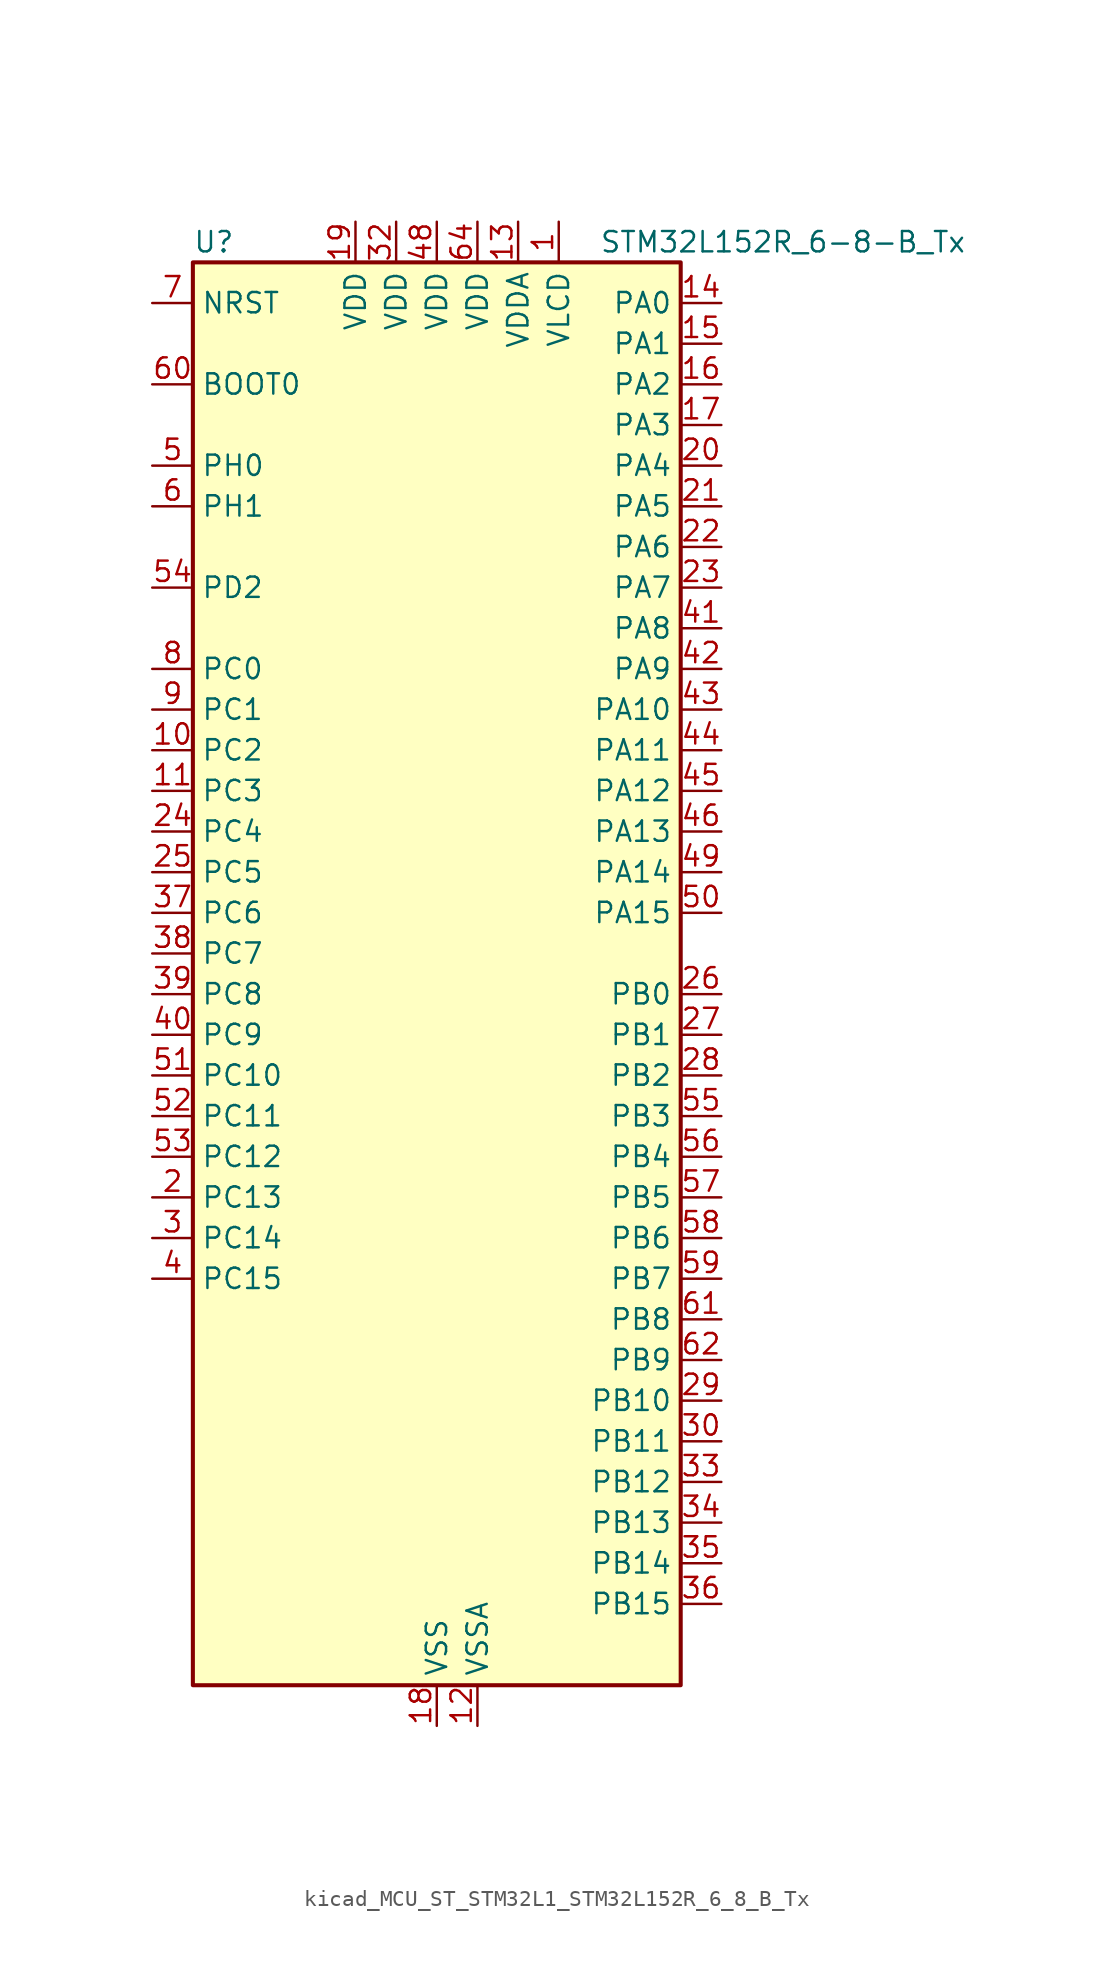
<source format=kicad_sym>
(kicad_symbol_lib
  (version 20220914)
  (generator kicad_symbol_editor)
  (symbol "kicad_MCU_ST_STM32L1_STM32L152R_6_8_B_Tx"
    (property "Reference" "U"
      (at -15.24 46.99 0)
      (effects (font (size 1.27 1.27)) (justify left)))
    (property "Value" "STM32L152R_6-8-B_Tx"
      (at 10.16 46.99 0)
      (effects (font (size 1.27 1.27)) (justify left)))
    (property "ki_locked" ""
      (at 0 0 0)
      (effects (font (size 1.27 1.27))))
    (symbol "kicad_MCU_ST_STM32L1_STM32L152R_6_8_B_Tx_0_1"
      (rectangle (start -15.24 -43.18) (end 15.24 45.72) (stroke (width 0.254) (type default)) (fill (type background))))
    (symbol "kicad_MCU_ST_STM32L1_STM32L152R_6_8_B_Tx_1_1"
      (pin power_in line (at 7.62 48.26 270) (length 2.54) (name "VLCD" (effects (font (size 1.27 1.27)))) (number "1" (effects (font (size 1.27 1.27)))))
      (pin bidirectional line (at -17.78 15.24 0) (length 2.54) (name "PC2" (effects (font (size 1.27 1.27)))) (number "10" (effects (font (size 1.27 1.27)))) (alternate "ADC_IN12" bidirectional line) (alternate "COMP1_INP" bidirectional line) (alternate "LCD_SEG20" bidirectional line) (alternate "TIMX_IC3" bidirectional line) (alternate "TS_G8_IO3" bidirectional line))
      (pin bidirectional line (at -17.78 12.7 0) (length 2.54) (name "PC3" (effects (font (size 1.27 1.27)))) (number "11" (effects (font (size 1.27 1.27)))) (alternate "ADC_IN13" bidirectional line) (alternate "COMP1_INP" bidirectional line) (alternate "LCD_SEG21" bidirectional line) (alternate "TIMX_IC4" bidirectional line) (alternate "TS_G8_IO4" bidirectional line))
      (pin power_in line (at 2.54 -45.72 90) (length 2.54) (name "VSSA" (effects (font (size 1.27 1.27)))) (number "12" (effects (font (size 1.27 1.27)))))
      (pin power_in line (at 5.08 48.26 270) (length 2.54) (name "VDDA" (effects (font (size 1.27 1.27)))) (number "13" (effects (font (size 1.27 1.27)))))
      (pin bidirectional line (at 17.78 43.18 180) (length 2.54) (name "PA0" (effects (font (size 1.27 1.27)))) (number "14" (effects (font (size 1.27 1.27)))) (alternate "ADC_IN0" bidirectional line) (alternate "COMP1_INP" bidirectional line) (alternate "SYS_WKUP1" bidirectional line) (alternate "TIM2_CH1" bidirectional line) (alternate "TIM2_ETR" bidirectional line) (alternate "TIMX_IC1" bidirectional line) (alternate "TS_G1_IO1" bidirectional line) (alternate "USART2_CTS" bidirectional line))
      (pin bidirectional line (at 17.78 40.64 180) (length 2.54) (name "PA1" (effects (font (size 1.27 1.27)))) (number "15" (effects (font (size 1.27 1.27)))) (alternate "ADC_IN1" bidirectional line) (alternate "COMP1_INP" bidirectional line) (alternate "LCD_SEG0" bidirectional line) (alternate "TIM2_CH2" bidirectional line) (alternate "TIMX_IC2" bidirectional line) (alternate "TS_G1_IO2" bidirectional line) (alternate "USART2_RTS" bidirectional line))
      (pin bidirectional line (at 17.78 38.1 180) (length 2.54) (name "PA2" (effects (font (size 1.27 1.27)))) (number "16" (effects (font (size 1.27 1.27)))) (alternate "ADC_IN2" bidirectional line) (alternate "COMP1_INP" bidirectional line) (alternate "LCD_SEG1" bidirectional line) (alternate "TIM2_CH3" bidirectional line) (alternate "TIM9_CH1" bidirectional line) (alternate "TIMX_IC3" bidirectional line) (alternate "TS_G1_IO3" bidirectional line) (alternate "USART2_TX" bidirectional line))
      (pin bidirectional line (at 17.78 35.56 180) (length 2.54) (name "PA3" (effects (font (size 1.27 1.27)))) (number "17" (effects (font (size 1.27 1.27)))) (alternate "ADC_IN3" bidirectional line) (alternate "COMP1_INP" bidirectional line) (alternate "LCD_SEG2" bidirectional line) (alternate "TIM2_CH4" bidirectional line) (alternate "TIM9_CH2" bidirectional line) (alternate "TIMX_IC4" bidirectional line) (alternate "TS_G1_IO4" bidirectional line) (alternate "USART2_RX" bidirectional line))
      (pin power_in line (at 0 -45.72 90) (length 2.54) (name "VSS" (effects (font (size 1.27 1.27)))) (number "18" (effects (font (size 1.27 1.27)))))
      (pin power_in line (at -5.08 48.26 270) (length 2.54) (name "VDD" (effects (font (size 1.27 1.27)))) (number "19" (effects (font (size 1.27 1.27)))))
      (pin bidirectional line (at -17.78 -12.7 0) (length 2.54) (name "PC13" (effects (font (size 1.27 1.27)))) (number "2" (effects (font (size 1.27 1.27)))) (alternate "RTC_OUT_ALARM" bidirectional line) (alternate "RTC_OUT_CALIB" bidirectional line) (alternate "RTC_TAMP1" bidirectional line) (alternate "RTC_TS" bidirectional line) (alternate "SYS_WKUP2" bidirectional line) (alternate "TIMX_IC2" bidirectional line))
      (pin bidirectional line (at 17.78 33.02 180) (length 2.54) (name "PA4" (effects (font (size 1.27 1.27)))) (number "20" (effects (font (size 1.27 1.27)))) (alternate "ADC_IN4" bidirectional line) (alternate "COMP1_INP" bidirectional line) (alternate "DAC_OUT1" bidirectional line) (alternate "SPI1_NSS" bidirectional line) (alternate "TIMX_IC1" bidirectional line) (alternate "USART2_CK" bidirectional line))
      (pin bidirectional line (at 17.78 30.48 180) (length 2.54) (name "PA5" (effects (font (size 1.27 1.27)))) (number "21" (effects (font (size 1.27 1.27)))) (alternate "ADC_IN5" bidirectional line) (alternate "COMP1_INP" bidirectional line) (alternate "DAC_OUT2" bidirectional line) (alternate "SPI1_SCK" bidirectional line) (alternate "TIM2_CH1" bidirectional line) (alternate "TIM2_ETR" bidirectional line) (alternate "TIMX_IC2" bidirectional line))
      (pin bidirectional line (at 17.78 27.94 180) (length 2.54) (name "PA6" (effects (font (size 1.27 1.27)))) (number "22" (effects (font (size 1.27 1.27)))) (alternate "ADC_IN6" bidirectional line) (alternate "COMP1_INP" bidirectional line) (alternate "LCD_SEG3" bidirectional line) (alternate "SPI1_MISO" bidirectional line) (alternate "TIM10_CH1" bidirectional line) (alternate "TIM3_CH1" bidirectional line) (alternate "TIMX_IC3" bidirectional line) (alternate "TS_G2_IO1" bidirectional line))
      (pin bidirectional line (at 17.78 25.4 180) (length 2.54) (name "PA7" (effects (font (size 1.27 1.27)))) (number "23" (effects (font (size 1.27 1.27)))) (alternate "ADC_IN7" bidirectional line) (alternate "COMP1_INP" bidirectional line) (alternate "LCD_SEG4" bidirectional line) (alternate "SPI1_MOSI" bidirectional line) (alternate "TIM11_CH1" bidirectional line) (alternate "TIM3_CH2" bidirectional line) (alternate "TIMX_IC4" bidirectional line) (alternate "TS_G2_IO2" bidirectional line))
      (pin bidirectional line (at -17.78 10.16 0) (length 2.54) (name "PC4" (effects (font (size 1.27 1.27)))) (number "24" (effects (font (size 1.27 1.27)))) (alternate "ADC_IN14" bidirectional line) (alternate "COMP1_INP" bidirectional line) (alternate "LCD_SEG22" bidirectional line) (alternate "TIMX_IC1" bidirectional line) (alternate "TS_G9_IO1" bidirectional line))
      (pin bidirectional line (at -17.78 7.62 0) (length 2.54) (name "PC5" (effects (font (size 1.27 1.27)))) (number "25" (effects (font (size 1.27 1.27)))) (alternate "ADC_IN15" bidirectional line) (alternate "COMP1_INP" bidirectional line) (alternate "LCD_SEG23" bidirectional line) (alternate "TIMX_IC2" bidirectional line) (alternate "TS_G9_IO2" bidirectional line))
      (pin bidirectional line (at 17.78 0 180) (length 2.54) (name "PB0" (effects (font (size 1.27 1.27)))) (number "26" (effects (font (size 1.27 1.27)))) (alternate "ADC_IN8" bidirectional line) (alternate "COMP1_INP" bidirectional line) (alternate "LCD_SEG5" bidirectional line) (alternate "SYS_V_REF_OUT" bidirectional line) (alternate "TIM3_CH3" bidirectional line) (alternate "TS_G3_IO1" bidirectional line))
      (pin bidirectional line (at 17.78 -2.54 180) (length 2.54) (name "PB1" (effects (font (size 1.27 1.27)))) (number "27" (effects (font (size 1.27 1.27)))) (alternate "ADC_IN9" bidirectional line) (alternate "COMP1_INP" bidirectional line) (alternate "LCD_SEG6" bidirectional line) (alternate "SYS_V_REF_OUT" bidirectional line) (alternate "TIM3_CH4" bidirectional line) (alternate "TS_G3_IO2" bidirectional line))
      (pin bidirectional line (at 17.78 -5.08 180) (length 2.54) (name "PB2" (effects (font (size 1.27 1.27)))) (number "28" (effects (font (size 1.27 1.27)))))
      (pin bidirectional line (at 17.78 -25.4 180) (length 2.54) (name "PB10" (effects (font (size 1.27 1.27)))) (number "29" (effects (font (size 1.27 1.27)))) (alternate "I2C2_SCL" bidirectional line) (alternate "LCD_SEG10" bidirectional line) (alternate "TIM2_CH3" bidirectional line) (alternate "USART3_TX" bidirectional line))
      (pin bidirectional line (at -17.78 -15.24 0) (length 2.54) (name "PC14" (effects (font (size 1.27 1.27)))) (number "3" (effects (font (size 1.27 1.27)))) (alternate "RCC_OSC32_IN" bidirectional line) (alternate "TIMX_IC3" bidirectional line))
      (pin bidirectional line (at 17.78 -27.94 180) (length 2.54) (name "PB11" (effects (font (size 1.27 1.27)))) (number "30" (effects (font (size 1.27 1.27)))) (alternate "ADC_EXTI11" bidirectional line) (alternate "I2C2_SDA" bidirectional line) (alternate "LCD_SEG11" bidirectional line) (alternate "TIM2_CH4" bidirectional line) (alternate "USART3_RX" bidirectional line))
      (pin passive line (at 0 -45.72 90) (length 2.54) hide (name "VSS" (effects (font (size 1.27 1.27)))) (number "31" (effects (font (size 1.27 1.27)))))
      (pin power_in line (at -2.54 48.26 270) (length 2.54) (name "VDD" (effects (font (size 1.27 1.27)))) (number "32" (effects (font (size 1.27 1.27)))))
      (pin bidirectional line (at 17.78 -30.48 180) (length 2.54) (name "PB12" (effects (font (size 1.27 1.27)))) (number "33" (effects (font (size 1.27 1.27)))) (alternate "ADC_IN18" bidirectional line) (alternate "COMP1_INP" bidirectional line) (alternate "I2C2_SMBA" bidirectional line) (alternate "LCD_SEG12" bidirectional line) (alternate "SPI2_NSS" bidirectional line) (alternate "TIM10_CH1" bidirectional line) (alternate "TS_G7_IO1" bidirectional line) (alternate "USART3_CK" bidirectional line))
      (pin bidirectional line (at 17.78 -33.02 180) (length 2.54) (name "PB13" (effects (font (size 1.27 1.27)))) (number "34" (effects (font (size 1.27 1.27)))) (alternate "ADC_IN19" bidirectional line) (alternate "COMP1_INP" bidirectional line) (alternate "LCD_SEG13" bidirectional line) (alternate "SPI2_SCK" bidirectional line) (alternate "TIM9_CH1" bidirectional line) (alternate "TS_G7_IO2" bidirectional line) (alternate "USART3_CTS" bidirectional line))
      (pin bidirectional line (at 17.78 -35.56 180) (length 2.54) (name "PB14" (effects (font (size 1.27 1.27)))) (number "35" (effects (font (size 1.27 1.27)))) (alternate "ADC_IN20" bidirectional line) (alternate "COMP1_INP" bidirectional line) (alternate "LCD_SEG14" bidirectional line) (alternate "SPI2_MISO" bidirectional line) (alternate "TIM9_CH2" bidirectional line) (alternate "TS_G7_IO3" bidirectional line) (alternate "USART3_RTS" bidirectional line))
      (pin bidirectional line (at 17.78 -38.1 180) (length 2.54) (name "PB15" (effects (font (size 1.27 1.27)))) (number "36" (effects (font (size 1.27 1.27)))) (alternate "ADC_EXTI15" bidirectional line) (alternate "ADC_IN21" bidirectional line) (alternate "COMP1_INP" bidirectional line) (alternate "LCD_SEG15" bidirectional line) (alternate "RTC_REFIN" bidirectional line) (alternate "SPI2_MOSI" bidirectional line) (alternate "TIM11_CH1" bidirectional line) (alternate "TS_G7_IO4" bidirectional line))
      (pin bidirectional line (at -17.78 5.08 0) (length 2.54) (name "PC6" (effects (font (size 1.27 1.27)))) (number "37" (effects (font (size 1.27 1.27)))) (alternate "LCD_SEG24" bidirectional line) (alternate "TIM3_CH1" bidirectional line) (alternate "TIMX_IC3" bidirectional line) (alternate "TS_G10_IO1" bidirectional line))
      (pin bidirectional line (at -17.78 2.54 0) (length 2.54) (name "PC7" (effects (font (size 1.27 1.27)))) (number "38" (effects (font (size 1.27 1.27)))) (alternate "LCD_SEG25" bidirectional line) (alternate "TIM3_CH2" bidirectional line) (alternate "TIMX_IC4" bidirectional line) (alternate "TS_G10_IO2" bidirectional line))
      (pin bidirectional line (at -17.78 0 0) (length 2.54) (name "PC8" (effects (font (size 1.27 1.27)))) (number "39" (effects (font (size 1.27 1.27)))) (alternate "LCD_SEG26" bidirectional line) (alternate "TIM3_CH3" bidirectional line) (alternate "TIMX_IC1" bidirectional line) (alternate "TS_G10_IO3" bidirectional line))
      (pin bidirectional line (at -17.78 -17.78 0) (length 2.54) (name "PC15" (effects (font (size 1.27 1.27)))) (number "4" (effects (font (size 1.27 1.27)))) (alternate "ADC_EXTI15" bidirectional line) (alternate "RCC_OSC32_OUT" bidirectional line) (alternate "TIMX_IC4" bidirectional line))
      (pin bidirectional line (at -17.78 -2.54 0) (length 2.54) (name "PC9" (effects (font (size 1.27 1.27)))) (number "40" (effects (font (size 1.27 1.27)))) (alternate "DAC_EXTI9" bidirectional line) (alternate "LCD_SEG27" bidirectional line) (alternate "TIM3_CH4" bidirectional line) (alternate "TIMX_IC2" bidirectional line) (alternate "TS_G10_IO4" bidirectional line))
      (pin bidirectional line (at 17.78 22.86 180) (length 2.54) (name "PA8" (effects (font (size 1.27 1.27)))) (number "41" (effects (font (size 1.27 1.27)))) (alternate "LCD_COM0" bidirectional line) (alternate "RCC_MCO" bidirectional line) (alternate "TIMX_IC1" bidirectional line) (alternate "TS_G4_IO1" bidirectional line) (alternate "USART1_CK" bidirectional line))
      (pin bidirectional line (at 17.78 20.32 180) (length 2.54) (name "PA9" (effects (font (size 1.27 1.27)))) (number "42" (effects (font (size 1.27 1.27)))) (alternate "DAC_EXTI9" bidirectional line) (alternate "LCD_COM1" bidirectional line) (alternate "TIMX_IC2" bidirectional line) (alternate "TS_G4_IO2" bidirectional line) (alternate "USART1_TX" bidirectional line))
      (pin bidirectional line (at 17.78 17.78 180) (length 2.54) (name "PA10" (effects (font (size 1.27 1.27)))) (number "43" (effects (font (size 1.27 1.27)))) (alternate "LCD_COM2" bidirectional line) (alternate "TIMX_IC3" bidirectional line) (alternate "TS_G4_IO3" bidirectional line) (alternate "USART1_RX" bidirectional line))
      (pin bidirectional line (at 17.78 15.24 180) (length 2.54) (name "PA11" (effects (font (size 1.27 1.27)))) (number "44" (effects (font (size 1.27 1.27)))) (alternate "ADC_EXTI11" bidirectional line) (alternate "SPI1_MISO" bidirectional line) (alternate "TIMX_IC4" bidirectional line) (alternate "USART1_CTS" bidirectional line) (alternate "USB_DM" bidirectional line))
      (pin bidirectional line (at 17.78 12.7 180) (length 2.54) (name "PA12" (effects (font (size 1.27 1.27)))) (number "45" (effects (font (size 1.27 1.27)))) (alternate "SPI1_MOSI" bidirectional line) (alternate "TIMX_IC1" bidirectional line) (alternate "USART1_RTS" bidirectional line) (alternate "USB_DP" bidirectional line))
      (pin bidirectional line (at 17.78 10.16 180) (length 2.54) (name "PA13" (effects (font (size 1.27 1.27)))) (number "46" (effects (font (size 1.27 1.27)))) (alternate "SYS_JTMS-SWDIO" bidirectional line) (alternate "TIMX_IC2" bidirectional line) (alternate "TS_G5_IO1" bidirectional line))
      (pin passive line (at 0 -45.72 90) (length 2.54) hide (name "VSS" (effects (font (size 1.27 1.27)))) (number "47" (effects (font (size 1.27 1.27)))))
      (pin power_in line (at 0 48.26 270) (length 2.54) (name "VDD" (effects (font (size 1.27 1.27)))) (number "48" (effects (font (size 1.27 1.27)))))
      (pin bidirectional line (at 17.78 7.62 180) (length 2.54) (name "PA14" (effects (font (size 1.27 1.27)))) (number "49" (effects (font (size 1.27 1.27)))) (alternate "SYS_JTCK-SWCLK" bidirectional line) (alternate "TIMX_IC3" bidirectional line) (alternate "TS_G5_IO2" bidirectional line))
      (pin bidirectional line (at -17.78 33.02 0) (length 2.54) (name "PH0" (effects (font (size 1.27 1.27)))) (number "5" (effects (font (size 1.27 1.27)))) (alternate "RCC_OSC_IN" bidirectional line))
      (pin bidirectional line (at 17.78 5.08 180) (length 2.54) (name "PA15" (effects (font (size 1.27 1.27)))) (number "50" (effects (font (size 1.27 1.27)))) (alternate "ADC_EXTI15" bidirectional line) (alternate "LCD_SEG17" bidirectional line) (alternate "SPI1_NSS" bidirectional line) (alternate "SYS_JTDI" bidirectional line) (alternate "TIM2_CH1" bidirectional line) (alternate "TIM2_ETR" bidirectional line) (alternate "TIMX_IC4" bidirectional line) (alternate "TS_G5_IO3" bidirectional line))
      (pin bidirectional line (at -17.78 -5.08 0) (length 2.54) (name "PC10" (effects (font (size 1.27 1.27)))) (number "51" (effects (font (size 1.27 1.27)))) (alternate "LCD_COM4" bidirectional line) (alternate "LCD_SEG28" bidirectional line) (alternate "TIMX_IC3" bidirectional line) (alternate "USART3_TX" bidirectional line))
      (pin bidirectional line (at -17.78 -7.62 0) (length 2.54) (name "PC11" (effects (font (size 1.27 1.27)))) (number "52" (effects (font (size 1.27 1.27)))) (alternate "ADC_EXTI11" bidirectional line) (alternate "LCD_COM5" bidirectional line) (alternate "LCD_SEG29" bidirectional line) (alternate "TIMX_IC4" bidirectional line) (alternate "USART3_RX" bidirectional line))
      (pin bidirectional line (at -17.78 -10.16 0) (length 2.54) (name "PC12" (effects (font (size 1.27 1.27)))) (number "53" (effects (font (size 1.27 1.27)))) (alternate "LCD_COM6" bidirectional line) (alternate "LCD_SEG30" bidirectional line) (alternate "TIMX_IC1" bidirectional line) (alternate "USART3_CK" bidirectional line))
      (pin bidirectional line (at -17.78 25.4 0) (length 2.54) (name "PD2" (effects (font (size 1.27 1.27)))) (number "54" (effects (font (size 1.27 1.27)))) (alternate "LCD_COM7" bidirectional line) (alternate "LCD_SEG31" bidirectional line) (alternate "TIM3_ETR" bidirectional line) (alternate "TIMX_IC3" bidirectional line))
      (pin bidirectional line (at 17.78 -7.62 180) (length 2.54) (name "PB3" (effects (font (size 1.27 1.27)))) (number "55" (effects (font (size 1.27 1.27)))) (alternate "COMP2_INM" bidirectional line) (alternate "LCD_SEG7" bidirectional line) (alternate "SPI1_SCK" bidirectional line) (alternate "SYS_JTDO-TRACESWO" bidirectional line) (alternate "TIM2_CH2" bidirectional line))
      (pin bidirectional line (at 17.78 -10.16 180) (length 2.54) (name "PB4" (effects (font (size 1.27 1.27)))) (number "56" (effects (font (size 1.27 1.27)))) (alternate "COMP2_INP" bidirectional line) (alternate "LCD_SEG8" bidirectional line) (alternate "SPI1_MISO" bidirectional line) (alternate "SYS_JTRST" bidirectional line) (alternate "TIM3_CH1" bidirectional line) (alternate "TS_G6_IO1" bidirectional line))
      (pin bidirectional line (at 17.78 -12.7 180) (length 2.54) (name "PB5" (effects (font (size 1.27 1.27)))) (number "57" (effects (font (size 1.27 1.27)))) (alternate "COMP2_INP" bidirectional line) (alternate "I2C1_SMBA" bidirectional line) (alternate "LCD_SEG9" bidirectional line) (alternate "SPI1_MOSI" bidirectional line) (alternate "TIM3_CH2" bidirectional line) (alternate "TS_G6_IO2" bidirectional line))
      (pin bidirectional line (at 17.78 -15.24 180) (length 2.54) (name "PB6" (effects (font (size 1.27 1.27)))) (number "58" (effects (font (size 1.27 1.27)))) (alternate "I2C1_SCL" bidirectional line) (alternate "TIM4_CH1" bidirectional line) (alternate "USART1_TX" bidirectional line))
      (pin bidirectional line (at 17.78 -17.78 180) (length 2.54) (name "PB7" (effects (font (size 1.27 1.27)))) (number "59" (effects (font (size 1.27 1.27)))) (alternate "I2C1_SDA" bidirectional line) (alternate "SYS_PVD_IN" bidirectional line) (alternate "TIM4_CH2" bidirectional line) (alternate "USART1_RX" bidirectional line))
      (pin bidirectional line (at -17.78 30.48 0) (length 2.54) (name "PH1" (effects (font (size 1.27 1.27)))) (number "6" (effects (font (size 1.27 1.27)))) (alternate "RCC_OSC_OUT" bidirectional line))
      (pin input line (at -17.78 38.1 0) (length 2.54) (name "BOOT0" (effects (font (size 1.27 1.27)))) (number "60" (effects (font (size 1.27 1.27)))))
      (pin bidirectional line (at 17.78 -20.32 180) (length 2.54) (name "PB8" (effects (font (size 1.27 1.27)))) (number "61" (effects (font (size 1.27 1.27)))) (alternate "I2C1_SCL" bidirectional line) (alternate "LCD_SEG16" bidirectional line) (alternate "TIM10_CH1" bidirectional line) (alternate "TIM4_CH3" bidirectional line))
      (pin bidirectional line (at 17.78 -22.86 180) (length 2.54) (name "PB9" (effects (font (size 1.27 1.27)))) (number "62" (effects (font (size 1.27 1.27)))) (alternate "DAC_EXTI9" bidirectional line) (alternate "I2C1_SDA" bidirectional line) (alternate "LCD_COM3" bidirectional line) (alternate "TIM11_CH1" bidirectional line) (alternate "TIM4_CH4" bidirectional line))
      (pin passive line (at 0 -45.72 90) (length 2.54) hide (name "VSS" (effects (font (size 1.27 1.27)))) (number "63" (effects (font (size 1.27 1.27)))))
      (pin power_in line (at 2.54 48.26 270) (length 2.54) (name "VDD" (effects (font (size 1.27 1.27)))) (number "64" (effects (font (size 1.27 1.27)))))
      (pin input line (at -17.78 43.18 0) (length 2.54) (name "NRST" (effects (font (size 1.27 1.27)))) (number "7" (effects (font (size 1.27 1.27)))))
      (pin bidirectional line (at -17.78 20.32 0) (length 2.54) (name "PC0" (effects (font (size 1.27 1.27)))) (number "8" (effects (font (size 1.27 1.27)))) (alternate "ADC_IN10" bidirectional line) (alternate "COMP1_INP" bidirectional line) (alternate "LCD_SEG18" bidirectional line) (alternate "TIMX_IC1" bidirectional line) (alternate "TS_G8_IO1" bidirectional line))
      (pin bidirectional line (at -17.78 17.78 0) (length 2.54) (name "PC1" (effects (font (size 1.27 1.27)))) (number "9" (effects (font (size 1.27 1.27)))) (alternate "ADC_IN11" bidirectional line) (alternate "COMP1_INP" bidirectional line) (alternate "LCD_SEG19" bidirectional line) (alternate "TIMX_IC2" bidirectional line) (alternate "TS_G8_IO2" bidirectional line)))))
</source>
